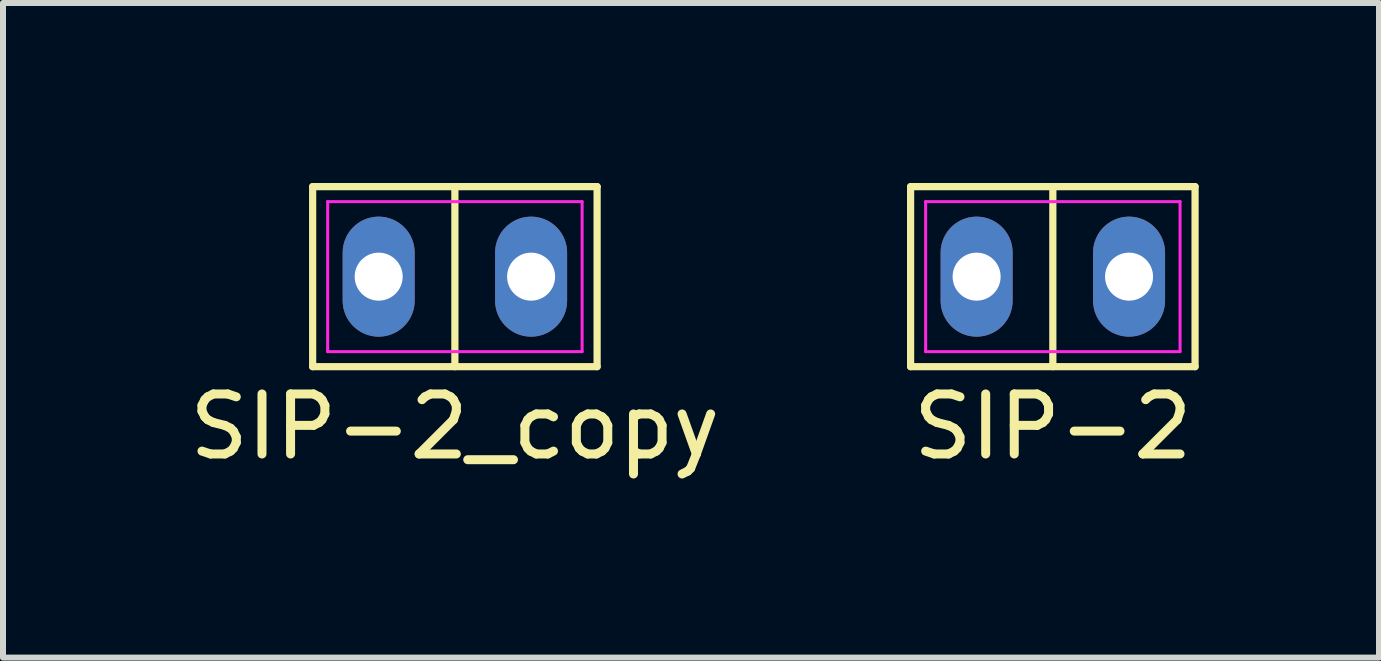
<source format=kicad_pcb>
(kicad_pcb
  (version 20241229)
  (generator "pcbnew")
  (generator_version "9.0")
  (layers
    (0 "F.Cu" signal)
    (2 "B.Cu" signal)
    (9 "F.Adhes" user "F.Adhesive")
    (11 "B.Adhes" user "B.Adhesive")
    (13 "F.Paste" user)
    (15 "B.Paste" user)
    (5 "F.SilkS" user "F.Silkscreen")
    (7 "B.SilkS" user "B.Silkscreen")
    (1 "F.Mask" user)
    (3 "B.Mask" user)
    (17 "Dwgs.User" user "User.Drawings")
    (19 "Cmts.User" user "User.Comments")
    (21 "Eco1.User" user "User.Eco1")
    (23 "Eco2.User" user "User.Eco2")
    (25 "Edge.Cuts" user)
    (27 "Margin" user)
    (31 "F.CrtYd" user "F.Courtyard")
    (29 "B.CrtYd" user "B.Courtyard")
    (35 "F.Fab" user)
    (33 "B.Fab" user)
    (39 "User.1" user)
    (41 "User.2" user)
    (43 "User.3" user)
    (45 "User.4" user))
  (footprint "SIP-2"
    (layer "F.Cu")
    (at 14.494 1.56)
    (property "Reference" "SIP-2" (at 0 2.5 0) (layer "F.SilkS") (effects (font (size 1 1) (thickness 0.15))))
    (fp_line (start -2.37 -1.5) (end 2.37 -1.5) (stroke (width 0.12) (type solid)) (layer "F.SilkS"))
    (fp_line (start -2.37 1.5) (end -2.37 -1.5) (stroke (width 0.12) (type solid)) (layer "F.SilkS"))
    (fp_line (start 0 -1.5) (end 0 1.5) (stroke (width 0.12) (type solid)) (layer "F.SilkS"))
    (fp_line (start 2.37 -1.5) (end 2.37 1.5) (stroke (width 0.12) (type solid)) (layer "F.SilkS"))
    (fp_line (start 2.37 1.5) (end -2.37 1.5) (stroke (width 0.12) (type solid)) (layer "F.SilkS"))
    (fp_line (start -2.12 -1.25) (end 2.12 -1.25) (stroke (width 0.05) (type solid)) (layer "F.CrtYd"))
    (fp_line (start -2.12 1.25) (end -2.12 -1.25) (stroke (width 0.05) (type solid)) (layer "F.CrtYd"))
    (fp_line (start 2.12 -1.25) (end 2.12 1.25) (stroke (width 0.05) (type solid)) (layer "F.CrtYd"))
    (fp_line (start 2.12 1.25) (end -2.12 1.25) (stroke (width 0.05) (type solid)) (layer "F.CrtYd"))
    (pad "4" thru_hole oval (at -1.27 0) (size 1.2 2) (drill 0.8) (layers "*.Cu" "*.Mask"))
    (pad "5" thru_hole oval (at 1.27 0) (size 1.2 2) (drill 0.8) (layers "*.Cu" "*.Mask")))
  (footprint "SIP-2_copy"
    (layer "F.Cu")
    (at 4.53 1.56)
    (property "Reference" "SIP-2_copy" (at 0 2.5 0) (layer "F.SilkS") (effects (font (size 1 1) (thickness 0.15))))
    (fp_line (start -2.37 -1.5) (end 2.37 -1.5) (stroke (width 0.12) (type solid)) (layer "F.SilkS"))
    (fp_line (start -2.37 1.5) (end -2.37 -1.5) (stroke (width 0.12) (type solid)) (layer "F.SilkS"))
    (fp_line (start 0 -1.5) (end 0 1.5) (stroke (width 0.12) (type solid)) (layer "F.SilkS"))
    (fp_line (start 2.37 -1.5) (end 2.37 1.5) (stroke (width 0.12) (type solid)) (layer "F.SilkS"))
    (fp_line (start 2.37 1.5) (end -2.37 1.5) (stroke (width 0.12) (type solid)) (layer "F.SilkS"))
    (fp_line (start -2.12 -1.25) (end 2.12 -1.25) (stroke (width 0.05) (type solid)) (layer "F.CrtYd"))
    (fp_line (start -2.12 1.25) (end -2.12 -1.25) (stroke (width 0.05) (type solid)) (layer "F.CrtYd"))
    (fp_line (start 2.12 -1.25) (end 2.12 1.25) (stroke (width 0.05) (type solid)) (layer "F.CrtYd"))
    (fp_line (start 2.12 1.25) (end -2.12 1.25) (stroke (width 0.05) (type solid)) (layer "F.CrtYd"))
    (pad "4" thru_hole oval (at -1.27 0) (size 1.2 2) (drill 0.8) (layers "*.Cu" "*.Mask"))
    (pad "5" thru_hole oval (at 1.27 0) (size 1.2 2) (drill 0.8) (layers "*.Cu" "*.Mask")))
  (gr_rect
    (start -3 -3)
    (end 19.929 7.908)
    (stroke (width 0.1) (type default))
    (fill no)
    (layer "Edge.Cuts")))
</source>
